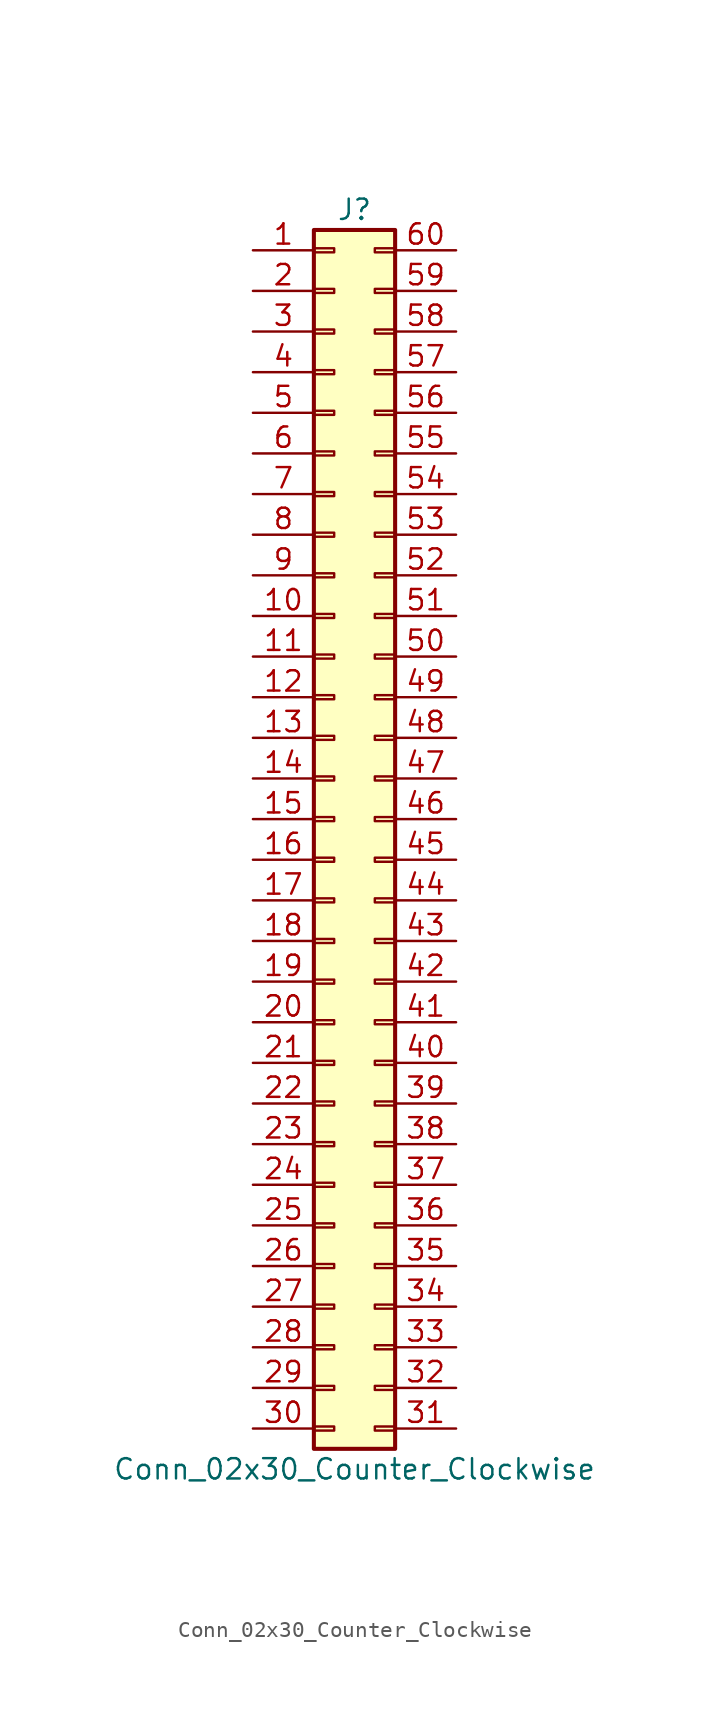
<source format=kicad_sym>
(kicad_symbol_lib
  (version 20220914)
  (generator kicad_symbol_editor)
  (symbol "Conn_02x30_Counter_Clockwise"
    (pin_names
      (offset 1.016) hide)
    (property "Reference" "J"
      (at 1.27 38.1 0)
      (effects (font (size 1.27 1.27))))
    (property "Value" "Conn_02x30_Counter_Clockwise"
      (at 1.27 -40.64 0)
      (effects (font (size 1.27 1.27))))
    (symbol "Conn_02x30_Counter_Clockwise_1_1"
      (rectangle (start -1.27 -37.973) (end 0 -38.227) (stroke (width 0.152) (type default)) (fill (type none)))
      (rectangle (start -1.27 -35.433) (end 0 -35.687) (stroke (width 0.152) (type default)) (fill (type none)))
      (rectangle (start -1.27 -32.893) (end 0 -33.147) (stroke (width 0.152) (type default)) (fill (type none)))
      (rectangle (start -1.27 -30.353) (end 0 -30.607) (stroke (width 0.152) (type default)) (fill (type none)))
      (rectangle (start -1.27 -27.813) (end 0 -28.067) (stroke (width 0.152) (type default)) (fill (type none)))
      (rectangle (start -1.27 -25.273) (end 0 -25.527) (stroke (width 0.152) (type default)) (fill (type none)))
      (rectangle (start -1.27 -22.733) (end 0 -22.987) (stroke (width 0.152) (type default)) (fill (type none)))
      (rectangle (start -1.27 -20.193) (end 0 -20.447) (stroke (width 0.152) (type default)) (fill (type none)))
      (rectangle (start -1.27 -17.653) (end 0 -17.907) (stroke (width 0.152) (type default)) (fill (type none)))
      (rectangle (start -1.27 -15.113) (end 0 -15.367) (stroke (width 0.152) (type default)) (fill (type none)))
      (rectangle (start -1.27 -12.573) (end 0 -12.827) (stroke (width 0.152) (type default)) (fill (type none)))
      (rectangle (start -1.27 -10.033) (end 0 -10.287) (stroke (width 0.152) (type default)) (fill (type none)))
      (rectangle (start -1.27 -7.493) (end 0 -7.747) (stroke (width 0.152) (type default)) (fill (type none)))
      (rectangle (start -1.27 -4.953) (end 0 -5.207) (stroke (width 0.152) (type default)) (fill (type none)))
      (rectangle (start -1.27 -2.413) (end 0 -2.667) (stroke (width 0.152) (type default)) (fill (type none)))
      (rectangle (start -1.27 0.127) (end 0 -0.127) (stroke (width 0.152) (type default)) (fill (type none)))
      (rectangle (start -1.27 2.667) (end 0 2.413) (stroke (width 0.152) (type default)) (fill (type none)))
      (rectangle (start -1.27 5.207) (end 0 4.953) (stroke (width 0.152) (type default)) (fill (type none)))
      (rectangle (start -1.27 7.747) (end 0 7.493) (stroke (width 0.152) (type default)) (fill (type none)))
      (rectangle (start -1.27 10.287) (end 0 10.033) (stroke (width 0.152) (type default)) (fill (type none)))
      (rectangle (start -1.27 12.827) (end 0 12.573) (stroke (width 0.152) (type default)) (fill (type none)))
      (rectangle (start -1.27 15.367) (end 0 15.113) (stroke (width 0.152) (type default)) (fill (type none)))
      (rectangle (start -1.27 17.907) (end 0 17.653) (stroke (width 0.152) (type default)) (fill (type none)))
      (rectangle (start -1.27 20.447) (end 0 20.193) (stroke (width 0.152) (type default)) (fill (type none)))
      (rectangle (start -1.27 22.987) (end 0 22.733) (stroke (width 0.152) (type default)) (fill (type none)))
      (rectangle (start -1.27 25.527) (end 0 25.273) (stroke (width 0.152) (type default)) (fill (type none)))
      (rectangle (start -1.27 28.067) (end 0 27.813) (stroke (width 0.152) (type default)) (fill (type none)))
      (rectangle (start -1.27 30.607) (end 0 30.353) (stroke (width 0.152) (type default)) (fill (type none)))
      (rectangle (start -1.27 33.147) (end 0 32.893) (stroke (width 0.152) (type default)) (fill (type none)))
      (rectangle (start -1.27 35.687) (end 0 35.433) (stroke (width 0.152) (type default)) (fill (type none)))
      (rectangle (start -1.27 36.83) (end 3.81 -39.37) (stroke (width 0.254) (type default)) (fill (type background)))
      (rectangle (start 3.81 -37.973) (end 2.54 -38.227) (stroke (width 0.152) (type default)) (fill (type none)))
      (rectangle (start 3.81 -35.433) (end 2.54 -35.687) (stroke (width 0.152) (type default)) (fill (type none)))
      (rectangle (start 3.81 -32.893) (end 2.54 -33.147) (stroke (width 0.152) (type default)) (fill (type none)))
      (rectangle (start 3.81 -30.353) (end 2.54 -30.607) (stroke (width 0.152) (type default)) (fill (type none)))
      (rectangle (start 3.81 -27.813) (end 2.54 -28.067) (stroke (width 0.152) (type default)) (fill (type none)))
      (rectangle (start 3.81 -25.273) (end 2.54 -25.527) (stroke (width 0.152) (type default)) (fill (type none)))
      (rectangle (start 3.81 -22.733) (end 2.54 -22.987) (stroke (width 0.152) (type default)) (fill (type none)))
      (rectangle (start 3.81 -20.193) (end 2.54 -20.447) (stroke (width 0.152) (type default)) (fill (type none)))
      (rectangle (start 3.81 -17.653) (end 2.54 -17.907) (stroke (width 0.152) (type default)) (fill (type none)))
      (rectangle (start 3.81 -15.113) (end 2.54 -15.367) (stroke (width 0.152) (type default)) (fill (type none)))
      (rectangle (start 3.81 -12.573) (end 2.54 -12.827) (stroke (width 0.152) (type default)) (fill (type none)))
      (rectangle (start 3.81 -10.033) (end 2.54 -10.287) (stroke (width 0.152) (type default)) (fill (type none)))
      (rectangle (start 3.81 -7.493) (end 2.54 -7.747) (stroke (width 0.152) (type default)) (fill (type none)))
      (rectangle (start 3.81 -4.953) (end 2.54 -5.207) (stroke (width 0.152) (type default)) (fill (type none)))
      (rectangle (start 3.81 -2.413) (end 2.54 -2.667) (stroke (width 0.152) (type default)) (fill (type none)))
      (rectangle (start 3.81 0.127) (end 2.54 -0.127) (stroke (width 0.152) (type default)) (fill (type none)))
      (rectangle (start 3.81 2.667) (end 2.54 2.413) (stroke (width 0.152) (type default)) (fill (type none)))
      (rectangle (start 3.81 5.207) (end 2.54 4.953) (stroke (width 0.152) (type default)) (fill (type none)))
      (rectangle (start 3.81 7.747) (end 2.54 7.493) (stroke (width 0.152) (type default)) (fill (type none)))
      (rectangle (start 3.81 10.287) (end 2.54 10.033) (stroke (width 0.152) (type default)) (fill (type none)))
      (rectangle (start 3.81 12.827) (end 2.54 12.573) (stroke (width 0.152) (type default)) (fill (type none)))
      (rectangle (start 3.81 15.367) (end 2.54 15.113) (stroke (width 0.152) (type default)) (fill (type none)))
      (rectangle (start 3.81 17.907) (end 2.54 17.653) (stroke (width 0.152) (type default)) (fill (type none)))
      (rectangle (start 3.81 20.447) (end 2.54 20.193) (stroke (width 0.152) (type default)) (fill (type none)))
      (rectangle (start 3.81 22.987) (end 2.54 22.733) (stroke (width 0.152) (type default)) (fill (type none)))
      (rectangle (start 3.81 25.527) (end 2.54 25.273) (stroke (width 0.152) (type default)) (fill (type none)))
      (rectangle (start 3.81 28.067) (end 2.54 27.813) (stroke (width 0.152) (type default)) (fill (type none)))
      (rectangle (start 3.81 30.607) (end 2.54 30.353) (stroke (width 0.152) (type default)) (fill (type none)))
      (rectangle (start 3.81 33.147) (end 2.54 32.893) (stroke (width 0.152) (type default)) (fill (type none)))
      (rectangle (start 3.81 35.687) (end 2.54 35.433) (stroke (width 0.152) (type default)) (fill (type none)))
      (pin passive line (at -5.08 35.56 0) (length 3.81) (name "Pin_1" (effects (font (size 1.27 1.27)))) (number "1" (effects (font (size 1.27 1.27)))))
      (pin passive line (at -5.08 12.7 0) (length 3.81) (name "Pin_10" (effects (font (size 1.27 1.27)))) (number "10" (effects (font (size 1.27 1.27)))))
      (pin passive line (at -5.08 10.16 0) (length 3.81) (name "Pin_11" (effects (font (size 1.27 1.27)))) (number "11" (effects (font (size 1.27 1.27)))))
      (pin passive line (at -5.08 7.62 0) (length 3.81) (name "Pin_12" (effects (font (size 1.27 1.27)))) (number "12" (effects (font (size 1.27 1.27)))))
      (pin passive line (at -5.08 5.08 0) (length 3.81) (name "Pin_13" (effects (font (size 1.27 1.27)))) (number "13" (effects (font (size 1.27 1.27)))))
      (pin passive line (at -5.08 2.54 0) (length 3.81) (name "Pin_14" (effects (font (size 1.27 1.27)))) (number "14" (effects (font (size 1.27 1.27)))))
      (pin passive line (at -5.08 0 0) (length 3.81) (name "Pin_15" (effects (font (size 1.27 1.27)))) (number "15" (effects (font (size 1.27 1.27)))))
      (pin passive line (at -5.08 -2.54 0) (length 3.81) (name "Pin_16" (effects (font (size 1.27 1.27)))) (number "16" (effects (font (size 1.27 1.27)))))
      (pin passive line (at -5.08 -5.08 0) (length 3.81) (name "Pin_17" (effects (font (size 1.27 1.27)))) (number "17" (effects (font (size 1.27 1.27)))))
      (pin passive line (at -5.08 -7.62 0) (length 3.81) (name "Pin_18" (effects (font (size 1.27 1.27)))) (number "18" (effects (font (size 1.27 1.27)))))
      (pin passive line (at -5.08 -10.16 0) (length 3.81) (name "Pin_19" (effects (font (size 1.27 1.27)))) (number "19" (effects (font (size 1.27 1.27)))))
      (pin passive line (at -5.08 33.02 0) (length 3.81) (name "Pin_2" (effects (font (size 1.27 1.27)))) (number "2" (effects (font (size 1.27 1.27)))))
      (pin passive line (at -5.08 -12.7 0) (length 3.81) (name "Pin_20" (effects (font (size 1.27 1.27)))) (number "20" (effects (font (size 1.27 1.27)))))
      (pin passive line (at -5.08 -15.24 0) (length 3.81) (name "Pin_21" (effects (font (size 1.27 1.27)))) (number "21" (effects (font (size 1.27 1.27)))))
      (pin passive line (at -5.08 -17.78 0) (length 3.81) (name "Pin_22" (effects (font (size 1.27 1.27)))) (number "22" (effects (font (size 1.27 1.27)))))
      (pin passive line (at -5.08 -20.32 0) (length 3.81) (name "Pin_23" (effects (font (size 1.27 1.27)))) (number "23" (effects (font (size 1.27 1.27)))))
      (pin passive line (at -5.08 -22.86 0) (length 3.81) (name "Pin_24" (effects (font (size 1.27 1.27)))) (number "24" (effects (font (size 1.27 1.27)))))
      (pin passive line (at -5.08 -25.4 0) (length 3.81) (name "Pin_25" (effects (font (size 1.27 1.27)))) (number "25" (effects (font (size 1.27 1.27)))))
      (pin passive line (at -5.08 -27.94 0) (length 3.81) (name "Pin_26" (effects (font (size 1.27 1.27)))) (number "26" (effects (font (size 1.27 1.27)))))
      (pin passive line (at -5.08 -30.48 0) (length 3.81) (name "Pin_27" (effects (font (size 1.27 1.27)))) (number "27" (effects (font (size 1.27 1.27)))))
      (pin passive line (at -5.08 -33.02 0) (length 3.81) (name "Pin_28" (effects (font (size 1.27 1.27)))) (number "28" (effects (font (size 1.27 1.27)))))
      (pin passive line (at -5.08 -35.56 0) (length 3.81) (name "Pin_29" (effects (font (size 1.27 1.27)))) (number "29" (effects (font (size 1.27 1.27)))))
      (pin passive line (at -5.08 30.48 0) (length 3.81) (name "Pin_3" (effects (font (size 1.27 1.27)))) (number "3" (effects (font (size 1.27 1.27)))))
      (pin passive line (at -5.08 -38.1 0) (length 3.81) (name "Pin_30" (effects (font (size 1.27 1.27)))) (number "30" (effects (font (size 1.27 1.27)))))
      (pin passive line (at 7.62 -38.1 180) (length 3.81) (name "Pin_31" (effects (font (size 1.27 1.27)))) (number "31" (effects (font (size 1.27 1.27)))))
      (pin passive line (at 7.62 -35.56 180) (length 3.81) (name "Pin_32" (effects (font (size 1.27 1.27)))) (number "32" (effects (font (size 1.27 1.27)))))
      (pin passive line (at 7.62 -33.02 180) (length 3.81) (name "Pin_33" (effects (font (size 1.27 1.27)))) (number "33" (effects (font (size 1.27 1.27)))))
      (pin passive line (at 7.62 -30.48 180) (length 3.81) (name "Pin_34" (effects (font (size 1.27 1.27)))) (number "34" (effects (font (size 1.27 1.27)))))
      (pin passive line (at 7.62 -27.94 180) (length 3.81) (name "Pin_35" (effects (font (size 1.27 1.27)))) (number "35" (effects (font (size 1.27 1.27)))))
      (pin passive line (at 7.62 -25.4 180) (length 3.81) (name "Pin_36" (effects (font (size 1.27 1.27)))) (number "36" (effects (font (size 1.27 1.27)))))
      (pin passive line (at 7.62 -22.86 180) (length 3.81) (name "Pin_37" (effects (font (size 1.27 1.27)))) (number "37" (effects (font (size 1.27 1.27)))))
      (pin passive line (at 7.62 -20.32 180) (length 3.81) (name "Pin_38" (effects (font (size 1.27 1.27)))) (number "38" (effects (font (size 1.27 1.27)))))
      (pin passive line (at 7.62 -17.78 180) (length 3.81) (name "Pin_39" (effects (font (size 1.27 1.27)))) (number "39" (effects (font (size 1.27 1.27)))))
      (pin passive line (at -5.08 27.94 0) (length 3.81) (name "Pin_4" (effects (font (size 1.27 1.27)))) (number "4" (effects (font (size 1.27 1.27)))))
      (pin passive line (at 7.62 -15.24 180) (length 3.81) (name "Pin_40" (effects (font (size 1.27 1.27)))) (number "40" (effects (font (size 1.27 1.27)))))
      (pin passive line (at 7.62 -12.7 180) (length 3.81) (name "Pin_41" (effects (font (size 1.27 1.27)))) (number "41" (effects (font (size 1.27 1.27)))))
      (pin passive line (at 7.62 -10.16 180) (length 3.81) (name "Pin_42" (effects (font (size 1.27 1.27)))) (number "42" (effects (font (size 1.27 1.27)))))
      (pin passive line (at 7.62 -7.62 180) (length 3.81) (name "Pin_43" (effects (font (size 1.27 1.27)))) (number "43" (effects (font (size 1.27 1.27)))))
      (pin passive line (at 7.62 -5.08 180) (length 3.81) (name "Pin_44" (effects (font (size 1.27 1.27)))) (number "44" (effects (font (size 1.27 1.27)))))
      (pin passive line (at 7.62 -2.54 180) (length 3.81) (name "Pin_45" (effects (font (size 1.27 1.27)))) (number "45" (effects (font (size 1.27 1.27)))))
      (pin passive line (at 7.62 0 180) (length 3.81) (name "Pin_46" (effects (font (size 1.27 1.27)))) (number "46" (effects (font (size 1.27 1.27)))))
      (pin passive line (at 7.62 2.54 180) (length 3.81) (name "Pin_47" (effects (font (size 1.27 1.27)))) (number "47" (effects (font (size 1.27 1.27)))))
      (pin passive line (at 7.62 5.08 180) (length 3.81) (name "Pin_48" (effects (font (size 1.27 1.27)))) (number "48" (effects (font (size 1.27 1.27)))))
      (pin passive line (at 7.62 7.62 180) (length 3.81) (name "Pin_49" (effects (font (size 1.27 1.27)))) (number "49" (effects (font (size 1.27 1.27)))))
      (pin passive line (at -5.08 25.4 0) (length 3.81) (name "Pin_5" (effects (font (size 1.27 1.27)))) (number "5" (effects (font (size 1.27 1.27)))))
      (pin passive line (at 7.62 10.16 180) (length 3.81) (name "Pin_50" (effects (font (size 1.27 1.27)))) (number "50" (effects (font (size 1.27 1.27)))))
      (pin passive line (at 7.62 12.7 180) (length 3.81) (name "Pin_51" (effects (font (size 1.27 1.27)))) (number "51" (effects (font (size 1.27 1.27)))))
      (pin passive line (at 7.62 15.24 180) (length 3.81) (name "Pin_52" (effects (font (size 1.27 1.27)))) (number "52" (effects (font (size 1.27 1.27)))))
      (pin passive line (at 7.62 17.78 180) (length 3.81) (name "Pin_53" (effects (font (size 1.27 1.27)))) (number "53" (effects (font (size 1.27 1.27)))))
      (pin passive line (at 7.62 20.32 180) (length 3.81) (name "Pin_54" (effects (font (size 1.27 1.27)))) (number "54" (effects (font (size 1.27 1.27)))))
      (pin passive line (at 7.62 22.86 180) (length 3.81) (name "Pin_55" (effects (font (size 1.27 1.27)))) (number "55" (effects (font (size 1.27 1.27)))))
      (pin passive line (at 7.62 25.4 180) (length 3.81) (name "Pin_56" (effects (font (size 1.27 1.27)))) (number "56" (effects (font (size 1.27 1.27)))))
      (pin passive line (at 7.62 27.94 180) (length 3.81) (name "Pin_57" (effects (font (size 1.27 1.27)))) (number "57" (effects (font (size 1.27 1.27)))))
      (pin passive line (at 7.62 30.48 180) (length 3.81) (name "Pin_58" (effects (font (size 1.27 1.27)))) (number "58" (effects (font (size 1.27 1.27)))))
      (pin passive line (at 7.62 33.02 180) (length 3.81) (name "Pin_59" (effects (font (size 1.27 1.27)))) (number "59" (effects (font (size 1.27 1.27)))))
      (pin passive line (at -5.08 22.86 0) (length 3.81) (name "Pin_6" (effects (font (size 1.27 1.27)))) (number "6" (effects (font (size 1.27 1.27)))))
      (pin passive line (at 7.62 35.56 180) (length 3.81) (name "Pin_60" (effects (font (size 1.27 1.27)))) (number "60" (effects (font (size 1.27 1.27)))))
      (pin passive line (at -5.08 20.32 0) (length 3.81) (name "Pin_7" (effects (font (size 1.27 1.27)))) (number "7" (effects (font (size 1.27 1.27)))))
      (pin passive line (at -5.08 17.78 0) (length 3.81) (name "Pin_8" (effects (font (size 1.27 1.27)))) (number "8" (effects (font (size 1.27 1.27)))))
      (pin passive line (at -5.08 15.24 0) (length 3.81) (name "Pin_9" (effects (font (size 1.27 1.27)))) (number "9" (effects (font (size 1.27 1.27))))))))
</source>
